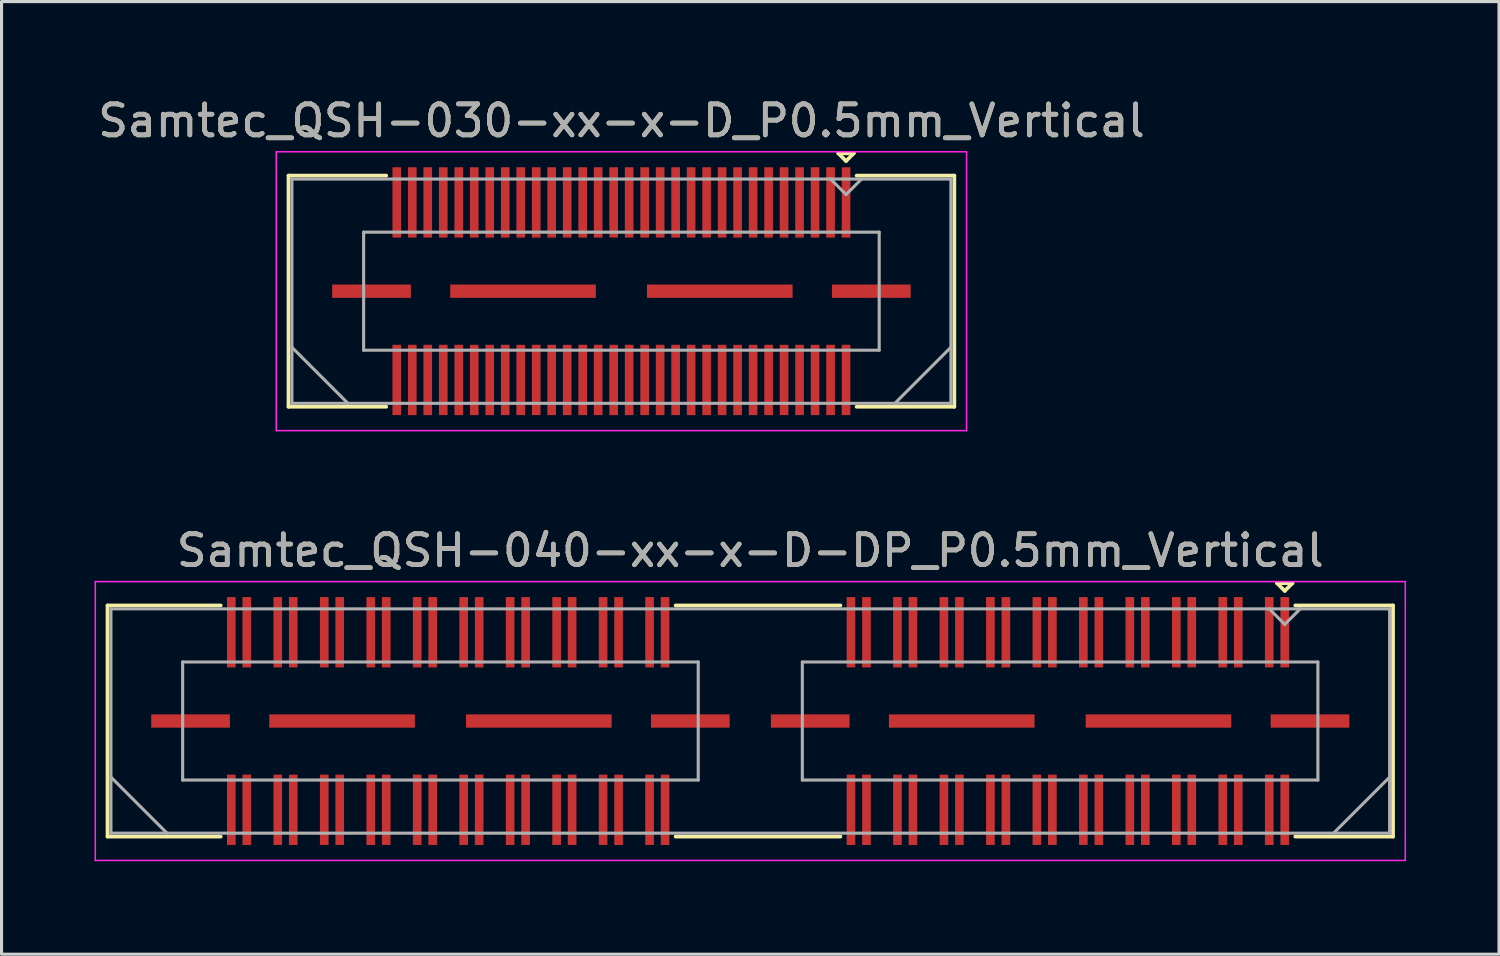
<source format=kicad_pcb>
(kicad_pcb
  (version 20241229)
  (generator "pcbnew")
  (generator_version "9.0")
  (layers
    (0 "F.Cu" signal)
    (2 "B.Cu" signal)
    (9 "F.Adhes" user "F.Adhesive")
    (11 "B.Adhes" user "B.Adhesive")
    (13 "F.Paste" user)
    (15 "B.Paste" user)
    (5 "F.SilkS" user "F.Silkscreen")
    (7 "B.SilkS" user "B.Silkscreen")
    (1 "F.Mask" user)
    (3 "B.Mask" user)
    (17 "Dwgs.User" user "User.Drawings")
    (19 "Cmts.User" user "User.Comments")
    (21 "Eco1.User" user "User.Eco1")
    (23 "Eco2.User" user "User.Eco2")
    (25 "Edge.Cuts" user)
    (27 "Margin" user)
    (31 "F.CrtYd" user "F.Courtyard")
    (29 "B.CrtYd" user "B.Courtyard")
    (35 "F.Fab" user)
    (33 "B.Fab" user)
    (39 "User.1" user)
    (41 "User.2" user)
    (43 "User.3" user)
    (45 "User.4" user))
  (footprint "Samtec_QSH-040-xx-x-D-DP_P0.5mm_Vertical"
    (layer "F.Cu")
    (at 21.165 20.221)
    (property "Reference" "Samtec_QSH-040-xx-x-D-DP_P0.5mm_Vertical" (at 0 -5.5 0) (layer "F.SilkS") (effects (font (size 1 1) (thickness 0.15))))
    (attr smd)
    (fp_line (start -20.745 -3.73) (end -17.09 -3.73) (stroke (width 0.12) (type solid)) (layer "F.SilkS"))
    (fp_line (start -20.745 3.73) (end -20.745 -3.73) (stroke (width 0.12) (type solid)) (layer "F.SilkS"))
    (fp_line (start -17.09 3.73) (end -20.745 3.73) (stroke (width 0.12) (type solid)) (layer "F.SilkS"))
    (fp_line (start 2.91 -3.73) (end -2.41 -3.73) (stroke (width 0.12) (type solid)) (layer "F.SilkS"))
    (fp_line (start 2.91 3.73) (end -2.41 3.73) (stroke (width 0.12) (type solid)) (layer "F.SilkS"))
    (fp_line (start 17 -4.45) (end 17.5 -4.45) (stroke (width 0.12) (type solid)) (layer "F.SilkS"))
    (fp_line (start 17.25 -4.2) (end 17 -4.45) (stroke (width 0.12) (type solid)) (layer "F.SilkS"))
    (fp_line (start 17.5 -4.45) (end 17.25 -4.2) (stroke (width 0.12) (type solid)) (layer "F.SilkS"))
    (fp_line (start 17.59 3.73) (end 20.745 3.73) (stroke (width 0.12) (type solid)) (layer "F.SilkS"))
    (fp_line (start 20.745 -3.73) (end 17.59 -3.73) (stroke (width 0.12) (type solid)) (layer "F.SilkS"))
    (fp_line (start 20.745 3.73) (end 20.745 -3.73) (stroke (width 0.12) (type solid)) (layer "F.SilkS"))
    (fp_line (start -21.14 -4.5) (end -21.14 4.5) (stroke (width 0.05) (type solid)) (layer "F.CrtYd"))
    (fp_line (start -21.14 4.5) (end 21.14 4.5) (stroke (width 0.05) (type solid)) (layer "F.CrtYd"))
    (fp_line (start 21.14 -4.5) (end -21.14 -4.5) (stroke (width 0.05) (type solid)) (layer "F.CrtYd"))
    (fp_line (start 21.14 4.5) (end 21.14 -4.5) (stroke (width 0.05) (type solid)) (layer "F.CrtYd"))
    (fp_line (start -20.635 -3.62) (end -20.635 3.62) (stroke (width 0.1) (type solid)) (layer "F.Fab"))
    (fp_line (start -20.635 1.81) (end -18.825 3.62) (stroke (width 0.1) (type solid)) (layer "F.Fab"))
    (fp_line (start -20.635 3.62) (end 20.635 3.62) (stroke (width 0.1) (type solid)) (layer "F.Fab"))
    (fp_line (start -18.32 -1.905) (end -18.32 1.905) (stroke (width 0.1) (type solid)) (layer "F.Fab"))
    (fp_line (start -18.32 1.905) (end -1.68 1.905) (stroke (width 0.1) (type solid)) (layer "F.Fab"))
    (fp_line (start -1.68 -1.905) (end -18.32 -1.905) (stroke (width 0.1) (type solid)) (layer "F.Fab"))
    (fp_line (start -1.68 1.905) (end -1.68 -1.905) (stroke (width 0.1) (type solid)) (layer "F.Fab"))
    (fp_line (start 1.68 -1.905) (end 1.68 1.905) (stroke (width 0.1) (type solid)) (layer "F.Fab"))
    (fp_line (start 1.68 1.905) (end 18.32 1.905) (stroke (width 0.1) (type solid)) (layer "F.Fab"))
    (fp_line (start 17.25 -3.12) (end 16.75 -3.62) (stroke (width 0.1) (type solid)) (layer "F.Fab"))
    (fp_line (start 17.75 -3.62) (end 17.25 -3.12) (stroke (width 0.1) (type solid)) (layer "F.Fab"))
    (fp_line (start 18.32 -1.905) (end 1.68 -1.905) (stroke (width 0.1) (type solid)) (layer "F.Fab"))
    (fp_line (start 18.32 1.905) (end 18.32 -1.905) (stroke (width 0.1) (type solid)) (layer "F.Fab"))
    (fp_line (start 20.635 -3.62) (end -20.635 -3.62) (stroke (width 0.1) (type solid)) (layer "F.Fab"))
    (fp_line (start 20.635 1.81) (end 18.825 3.62) (stroke (width 0.1) (type solid)) (layer "F.Fab"))
    (fp_line (start 20.635 3.62) (end 20.635 -3.62) (stroke (width 0.1) (type solid)) (layer "F.Fab"))
    (fp_text user "${REFERENCE}" (at 0 -5.5 0) (layer "F.Fab") (effects (font (size 1 1) (thickness 0.15))))
    (pad "1" smd rect (at 17.25 -2.865) (size 0.279 2.27) (layers "F.Cu" "F.Mask" "F.Paste"))
    (pad "2" smd rect (at 17.25 2.865) (size 0.279 2.27) (layers "F.Cu" "F.Mask" "F.Paste"))
    (pad "3" smd rect (at 16.75 -2.865) (size 0.279 2.27) (layers "F.Cu" "F.Mask" "F.Paste"))
    (pad "4" smd rect (at 16.75 2.865) (size 0.279 2.27) (layers "F.Cu" "F.Mask" "F.Paste"))
    (pad "5" smd rect (at 15.75 -2.865) (size 0.279 2.27) (layers "F.Cu" "F.Mask" "F.Paste"))
    (pad "6" smd rect (at 15.75 2.865) (size 0.279 2.27) (layers "F.Cu" "F.Mask" "F.Paste"))
    (pad "7" smd rect (at 15.25 -2.865) (size 0.279 2.27) (layers "F.Cu" "F.Mask" "F.Paste"))
    (pad "8" smd rect (at 15.25 2.865) (size 0.279 2.27) (layers "F.Cu" "F.Mask" "F.Paste"))
    (pad "9" smd rect (at 14.25 -2.865) (size 0.279 2.27) (layers "F.Cu" "F.Mask" "F.Paste"))
    (pad "10" smd rect (at 14.25 2.865) (size 0.279 2.27) (layers "F.Cu" "F.Mask" "F.Paste"))
    (pad "11" smd rect (at 13.75 -2.865) (size 0.279 2.27) (layers "F.Cu" "F.Mask" "F.Paste"))
    (pad "12" smd rect (at 13.75 2.865) (size 0.279 2.27) (layers "F.Cu" "F.Mask" "F.Paste"))
    (pad "13" smd rect (at 12.75 -2.865) (size 0.279 2.27) (layers "F.Cu" "F.Mask" "F.Paste"))
    (pad "14" smd rect (at 12.75 2.865) (size 0.279 2.27) (layers "F.Cu" "F.Mask" "F.Paste"))
    (pad "15" smd rect (at 12.25 -2.865) (size 0.279 2.27) (layers "F.Cu" "F.Mask" "F.Paste"))
    (pad "16" smd rect (at 12.25 2.865) (size 0.279 2.27) (layers "F.Cu" "F.Mask" "F.Paste"))
    (pad "17" smd rect (at 11.25 -2.865) (size 0.279 2.27) (layers "F.Cu" "F.Mask" "F.Paste"))
    (pad "18" smd rect (at 11.25 2.865) (size 0.279 2.27) (layers "F.Cu" "F.Mask" "F.Paste"))
    (pad "19" smd rect (at 10.75 -2.865) (size 0.279 2.27) (layers "F.Cu" "F.Mask" "F.Paste"))
    (pad "20" smd rect (at 10.75 2.865) (size 0.279 2.27) (layers "F.Cu" "F.Mask" "F.Paste"))
    (pad "21" smd rect (at 9.75 -2.865) (size 0.279 2.27) (layers "F.Cu" "F.Mask" "F.Paste"))
    (pad "22" smd rect (at 9.75 2.865) (size 0.279 2.27) (layers "F.Cu" "F.Mask" "F.Paste"))
    (pad "23" smd rect (at 9.25 -2.865) (size 0.279 2.27) (layers "F.Cu" "F.Mask" "F.Paste"))
    (pad "24" smd rect (at 9.25 2.865) (size 0.279 2.27) (layers "F.Cu" "F.Mask" "F.Paste"))
    (pad "25" smd rect (at 8.25 -2.865) (size 0.279 2.27) (layers "F.Cu" "F.Mask" "F.Paste"))
    (pad "26" smd rect (at 8.25 2.865) (size 0.279 2.27) (layers "F.Cu" "F.Mask" "F.Paste"))
    (pad "27" smd rect (at 7.75 -2.865) (size 0.279 2.27) (layers "F.Cu" "F.Mask" "F.Paste"))
    (pad "28" smd rect (at 7.75 2.865) (size 0.279 2.27) (layers "F.Cu" "F.Mask" "F.Paste"))
    (pad "29" smd rect (at 6.75 -2.865) (size 0.279 2.27) (layers "F.Cu" "F.Mask" "F.Paste"))
    (pad "30" smd rect (at 6.75 2.865) (size 0.279 2.27) (layers "F.Cu" "F.Mask" "F.Paste"))
    (pad "31" smd rect (at 6.25 -2.865) (size 0.279 2.27) (layers "F.Cu" "F.Mask" "F.Paste"))
    (pad "32" smd rect (at 6.25 2.865) (size 0.279 2.27) (layers "F.Cu" "F.Mask" "F.Paste"))
    (pad "33" smd rect (at 5.25 -2.865) (size 0.279 2.27) (layers "F.Cu" "F.Mask" "F.Paste"))
    (pad "34" smd rect (at 5.25 2.865) (size 0.279 2.27) (layers "F.Cu" "F.Mask" "F.Paste"))
    (pad "35" smd rect (at 4.75 -2.865) (size 0.279 2.27) (layers "F.Cu" "F.Mask" "F.Paste"))
    (pad "36" smd rect (at 4.75 2.865) (size 0.279 2.27) (layers "F.Cu" "F.Mask" "F.Paste"))
    (pad "37" smd rect (at 3.75 -2.865) (size 0.279 2.27) (layers "F.Cu" "F.Mask" "F.Paste"))
    (pad "38" smd rect (at 3.75 2.865) (size 0.279 2.27) (layers "F.Cu" "F.Mask" "F.Paste"))
    (pad "39" smd rect (at 3.25 -2.865) (size 0.279 2.27) (layers "F.Cu" "F.Mask" "F.Paste"))
    (pad "40" smd rect (at 3.25 2.865) (size 0.279 2.27) (layers "F.Cu" "F.Mask" "F.Paste"))
    (pad "41" smd rect (at -2.75 -2.865) (size 0.279 2.27) (layers "F.Cu" "F.Mask" "F.Paste"))
    (pad "42" smd rect (at -2.75 2.865) (size 0.279 2.27) (layers "F.Cu" "F.Mask" "F.Paste"))
    (pad "43" smd rect (at -3.25 -2.865) (size 0.279 2.27) (layers "F.Cu" "F.Mask" "F.Paste"))
    (pad "44" smd rect (at -3.25 2.865) (size 0.279 2.27) (layers "F.Cu" "F.Mask" "F.Paste"))
    (pad "45" smd rect (at -4.25 -2.865) (size 0.279 2.27) (layers "F.Cu" "F.Mask" "F.Paste"))
    (pad "46" smd rect (at -4.25 2.865) (size 0.279 2.27) (layers "F.Cu" "F.Mask" "F.Paste"))
    (pad "47" smd rect (at -4.75 -2.865) (size 0.279 2.27) (layers "F.Cu" "F.Mask" "F.Paste"))
    (pad "48" smd rect (at -4.75 2.865) (size 0.279 2.27) (layers "F.Cu" "F.Mask" "F.Paste"))
    (pad "49" smd rect (at -5.75 -2.865) (size 0.279 2.27) (layers "F.Cu" "F.Mask" "F.Paste"))
    (pad "50" smd rect (at -5.75 2.865) (size 0.279 2.27) (layers "F.Cu" "F.Mask" "F.Paste"))
    (pad "51" smd rect (at -6.25 -2.865) (size 0.279 2.27) (layers "F.Cu" "F.Mask" "F.Paste"))
    (pad "52" smd rect (at -6.25 2.865) (size 0.279 2.27) (layers "F.Cu" "F.Mask" "F.Paste"))
    (pad "53" smd rect (at -7.25 -2.865) (size 0.279 2.27) (layers "F.Cu" "F.Mask" "F.Paste"))
    (pad "54" smd rect (at -7.25 2.865) (size 0.279 2.27) (layers "F.Cu" "F.Mask" "F.Paste"))
    (pad "55" smd rect (at -7.75 -2.865) (size 0.279 2.27) (layers "F.Cu" "F.Mask" "F.Paste"))
    (pad "56" smd rect (at -7.75 2.865) (size 0.279 2.27) (layers "F.Cu" "F.Mask" "F.Paste"))
    (pad "57" smd rect (at -8.75 -2.865) (size 0.279 2.27) (layers "F.Cu" "F.Mask" "F.Paste"))
    (pad "58" smd rect (at -8.75 2.865) (size 0.279 2.27) (layers "F.Cu" "F.Mask" "F.Paste"))
    (pad "59" smd rect (at -9.25 -2.865) (size 0.279 2.27) (layers "F.Cu" "F.Mask" "F.Paste"))
    (pad "60" smd rect (at -9.25 2.865) (size 0.279 2.27) (layers "F.Cu" "F.Mask" "F.Paste"))
    (pad "61" smd rect (at -10.25 -2.865) (size 0.279 2.27) (layers "F.Cu" "F.Mask" "F.Paste"))
    (pad "62" smd rect (at -10.25 2.865) (size 0.279 2.27) (layers "F.Cu" "F.Mask" "F.Paste"))
    (pad "63" smd rect (at -10.75 -2.865) (size 0.279 2.27) (layers "F.Cu" "F.Mask" "F.Paste"))
    (pad "64" smd rect (at -10.75 2.865) (size 0.279 2.27) (layers "F.Cu" "F.Mask" "F.Paste"))
    (pad "65" smd rect (at -11.75 -2.865) (size 0.279 2.27) (layers "F.Cu" "F.Mask" "F.Paste"))
    (pad "66" smd rect (at -11.75 2.865) (size 0.279 2.27) (layers "F.Cu" "F.Mask" "F.Paste"))
    (pad "67" smd rect (at -12.25 -2.865) (size 0.279 2.27) (layers "F.Cu" "F.Mask" "F.Paste"))
    (pad "68" smd rect (at -12.25 2.865) (size 0.279 2.27) (layers "F.Cu" "F.Mask" "F.Paste"))
    (pad "69" smd rect (at -13.25 -2.865) (size 0.279 2.27) (layers "F.Cu" "F.Mask" "F.Paste"))
    (pad "70" smd rect (at -13.25 2.865) (size 0.279 2.27) (layers "F.Cu" "F.Mask" "F.Paste"))
    (pad "71" smd rect (at -13.75 -2.865) (size 0.279 2.27) (layers "F.Cu" "F.Mask" "F.Paste"))
    (pad "72" smd rect (at -13.75 2.865) (size 0.279 2.27) (layers "F.Cu" "F.Mask" "F.Paste"))
    (pad "73" smd rect (at -14.75 -2.865) (size 0.279 2.27) (layers "F.Cu" "F.Mask" "F.Paste"))
    (pad "74" smd rect (at -14.75 2.865) (size 0.279 2.27) (layers "F.Cu" "F.Mask" "F.Paste"))
    (pad "75" smd rect (at -15.25 -2.865) (size 0.279 2.27) (layers "F.Cu" "F.Mask" "F.Paste"))
    (pad "76" smd rect (at -15.25 2.865) (size 0.279 2.27) (layers "F.Cu" "F.Mask" "F.Paste"))
    (pad "77" smd rect (at -16.25 -2.865) (size 0.279 2.27) (layers "F.Cu" "F.Mask" "F.Paste"))
    (pad "78" smd rect (at -16.25 2.865) (size 0.279 2.27) (layers "F.Cu" "F.Mask" "F.Paste"))
    (pad "79" smd rect (at -16.75 -2.865) (size 0.279 2.27) (layers "F.Cu" "F.Mask" "F.Paste"))
    (pad "80" smd rect (at -16.75 2.865) (size 0.279 2.27) (layers "F.Cu" "F.Mask" "F.Paste"))
    (pad "P1" smd rect (at 1.935 0) (size 2.54 0.43) (layers "F.Cu" "F.Mask" "F.Paste"))
    (pad "P1" smd rect (at 6.825 0) (size 4.7 0.43) (layers "F.Cu" "F.Mask" "F.Paste"))
    (pad "P1" smd rect (at 13.175 0) (size 4.7 0.43) (layers "F.Cu" "F.Mask" "F.Paste"))
    (pad "P1" smd rect (at 18.065 0) (size 2.54 0.43) (layers "F.Cu" "F.Mask" "F.Paste"))
    (pad "P2" smd rect (at -18.065 0) (size 2.54 0.43) (layers "F.Cu" "F.Mask" "F.Paste"))
    (pad "P2" smd rect (at -13.175 0) (size 4.7 0.43) (layers "F.Cu" "F.Mask" "F.Paste"))
    (pad "P2" smd rect (at -6.825 0) (size 4.7 0.43) (layers "F.Cu" "F.Mask" "F.Paste"))
    (pad "P2" smd rect (at -1.935 0) (size 2.54 0.43) (layers "F.Cu" "F.Mask" "F.Paste")))
  (footprint "Samtec_QSH-030-xx-x-D_P0.5mm_Vertical"
    (layer "F.Cu")
    (at 17.006 6.348)
    (property "Reference" "Samtec_QSH-030-xx-x-D_P0.5mm_Vertical" (at 0 -5.5 0) (layer "F.SilkS") (effects (font (size 1 1) (thickness 0.15))))
    (attr smd)
    (fp_line (start -10.745 -3.73) (end -7.59 -3.73) (stroke (width 0.12) (type solid)) (layer "F.SilkS"))
    (fp_line (start -10.745 3.73) (end -10.745 -3.73) (stroke (width 0.12) (type solid)) (layer "F.SilkS"))
    (fp_line (start -7.59 3.73) (end -10.745 3.73) (stroke (width 0.12) (type solid)) (layer "F.SilkS"))
    (fp_line (start 7 -4.45) (end 7.5 -4.45) (stroke (width 0.12) (type solid)) (layer "F.SilkS"))
    (fp_line (start 7.25 -4.2) (end 7 -4.45) (stroke (width 0.12) (type solid)) (layer "F.SilkS"))
    (fp_line (start 7.5 -4.45) (end 7.25 -4.2) (stroke (width 0.12) (type solid)) (layer "F.SilkS"))
    (fp_line (start 7.59 3.73) (end 10.745 3.73) (stroke (width 0.12) (type solid)) (layer "F.SilkS"))
    (fp_line (start 10.745 -3.73) (end 7.59 -3.73) (stroke (width 0.12) (type solid)) (layer "F.SilkS"))
    (fp_line (start 10.745 3.73) (end 10.745 -3.73) (stroke (width 0.12) (type solid)) (layer "F.SilkS"))
    (fp_line (start -11.14 -4.5) (end -11.14 4.5) (stroke (width 0.05) (type solid)) (layer "F.CrtYd"))
    (fp_line (start -11.14 4.5) (end 11.14 4.5) (stroke (width 0.05) (type solid)) (layer "F.CrtYd"))
    (fp_line (start 11.14 -4.5) (end -11.14 -4.5) (stroke (width 0.05) (type solid)) (layer "F.CrtYd"))
    (fp_line (start 11.14 4.5) (end 11.14 -4.5) (stroke (width 0.05) (type solid)) (layer "F.CrtYd"))
    (fp_line (start -10.635 -3.62) (end -10.635 3.62) (stroke (width 0.1) (type solid)) (layer "F.Fab"))
    (fp_line (start -10.635 1.81) (end -8.825 3.62) (stroke (width 0.1) (type solid)) (layer "F.Fab"))
    (fp_line (start -10.635 3.62) (end 10.635 3.62) (stroke (width 0.1) (type solid)) (layer "F.Fab"))
    (fp_line (start -8.32 -1.905) (end -8.32 1.905) (stroke (width 0.1) (type solid)) (layer "F.Fab"))
    (fp_line (start -8.32 1.905) (end 8.32 1.905) (stroke (width 0.1) (type solid)) (layer "F.Fab"))
    (fp_line (start 7.25 -3.12) (end 6.75 -3.62) (stroke (width 0.1) (type solid)) (layer "F.Fab"))
    (fp_line (start 7.75 -3.62) (end 7.25 -3.12) (stroke (width 0.1) (type solid)) (layer "F.Fab"))
    (fp_line (start 8.32 -1.905) (end -8.32 -1.905) (stroke (width 0.1) (type solid)) (layer "F.Fab"))
    (fp_line (start 8.32 1.905) (end 8.32 -1.905) (stroke (width 0.1) (type solid)) (layer "F.Fab"))
    (fp_line (start 10.635 -3.62) (end -10.635 -3.62) (stroke (width 0.1) (type solid)) (layer "F.Fab"))
    (fp_line (start 10.635 1.81) (end 8.825 3.62) (stroke (width 0.1) (type solid)) (layer "F.Fab"))
    (fp_line (start 10.635 3.62) (end 10.635 -3.62) (stroke (width 0.1) (type solid)) (layer "F.Fab"))
    (fp_text user "${REFERENCE}" (at 0 -5.5 0) (layer "F.Fab") (effects (font (size 1 1) (thickness 0.15))))
    (pad "1" smd rect (at 7.25 -2.865) (size 0.279 2.27) (layers "F.Cu" "F.Mask" "F.Paste"))
    (pad "2" smd rect (at 7.25 2.865) (size 0.279 2.27) (layers "F.Cu" "F.Mask" "F.Paste"))
    (pad "3" smd rect (at 6.75 -2.865) (size 0.279 2.27) (layers "F.Cu" "F.Mask" "F.Paste"))
    (pad "4" smd rect (at 6.75 2.865) (size 0.279 2.27) (layers "F.Cu" "F.Mask" "F.Paste"))
    (pad "5" smd rect (at 6.25 -2.865) (size 0.279 2.27) (layers "F.Cu" "F.Mask" "F.Paste"))
    (pad "6" smd rect (at 6.25 2.865) (size 0.279 2.27) (layers "F.Cu" "F.Mask" "F.Paste"))
    (pad "7" smd rect (at 5.75 -2.865) (size 0.279 2.27) (layers "F.Cu" "F.Mask" "F.Paste"))
    (pad "8" smd rect (at 5.75 2.865) (size 0.279 2.27) (layers "F.Cu" "F.Mask" "F.Paste"))
    (pad "9" smd rect (at 5.25 -2.865) (size 0.279 2.27) (layers "F.Cu" "F.Mask" "F.Paste"))
    (pad "10" smd rect (at 5.25 2.865) (size 0.279 2.27) (layers "F.Cu" "F.Mask" "F.Paste"))
    (pad "11" smd rect (at 4.75 -2.865) (size 0.279 2.27) (layers "F.Cu" "F.Mask" "F.Paste"))
    (pad "12" smd rect (at 4.75 2.865) (size 0.279 2.27) (layers "F.Cu" "F.Mask" "F.Paste"))
    (pad "13" smd rect (at 4.25 -2.865) (size 0.279 2.27) (layers "F.Cu" "F.Mask" "F.Paste"))
    (pad "14" smd rect (at 4.25 2.865) (size 0.279 2.27) (layers "F.Cu" "F.Mask" "F.Paste"))
    (pad "15" smd rect (at 3.75 -2.865) (size 0.279 2.27) (layers "F.Cu" "F.Mask" "F.Paste"))
    (pad "16" smd rect (at 3.75 2.865) (size 0.279 2.27) (layers "F.Cu" "F.Mask" "F.Paste"))
    (pad "17" smd rect (at 3.25 -2.865) (size 0.279 2.27) (layers "F.Cu" "F.Mask" "F.Paste"))
    (pad "18" smd rect (at 3.25 2.865) (size 0.279 2.27) (layers "F.Cu" "F.Mask" "F.Paste"))
    (pad "19" smd rect (at 2.75 -2.865) (size 0.279 2.27) (layers "F.Cu" "F.Mask" "F.Paste"))
    (pad "20" smd rect (at 2.75 2.865) (size 0.279 2.27) (layers "F.Cu" "F.Mask" "F.Paste"))
    (pad "21" smd rect (at 2.25 -2.865) (size 0.279 2.27) (layers "F.Cu" "F.Mask" "F.Paste"))
    (pad "22" smd rect (at 2.25 2.865) (size 0.279 2.27) (layers "F.Cu" "F.Mask" "F.Paste"))
    (pad "23" smd rect (at 1.75 -2.865) (size 0.279 2.27) (layers "F.Cu" "F.Mask" "F.Paste"))
    (pad "24" smd rect (at 1.75 2.865) (size 0.279 2.27) (layers "F.Cu" "F.Mask" "F.Paste"))
    (pad "25" smd rect (at 1.25 -2.865) (size 0.279 2.27) (layers "F.Cu" "F.Mask" "F.Paste"))
    (pad "26" smd rect (at 1.25 2.865) (size 0.279 2.27) (layers "F.Cu" "F.Mask" "F.Paste"))
    (pad "27" smd rect (at 0.75 -2.865) (size 0.279 2.27) (layers "F.Cu" "F.Mask" "F.Paste"))
    (pad "28" smd rect (at 0.75 2.865) (size 0.279 2.27) (layers "F.Cu" "F.Mask" "F.Paste"))
    (pad "29" smd rect (at 0.25 -2.865) (size 0.279 2.27) (layers "F.Cu" "F.Mask" "F.Paste"))
    (pad "30" smd rect (at 0.25 2.865) (size 0.279 2.27) (layers "F.Cu" "F.Mask" "F.Paste"))
    (pad "31" smd rect (at -0.25 -2.865) (size 0.279 2.27) (layers "F.Cu" "F.Mask" "F.Paste"))
    (pad "32" smd rect (at -0.25 2.865) (size 0.279 2.27) (layers "F.Cu" "F.Mask" "F.Paste"))
    (pad "33" smd rect (at -0.75 -2.865) (size 0.279 2.27) (layers "F.Cu" "F.Mask" "F.Paste"))
    (pad "34" smd rect (at -0.75 2.865) (size 0.279 2.27) (layers "F.Cu" "F.Mask" "F.Paste"))
    (pad "35" smd rect (at -1.25 -2.865) (size 0.279 2.27) (layers "F.Cu" "F.Mask" "F.Paste"))
    (pad "36" smd rect (at -1.25 2.865) (size 0.279 2.27) (layers "F.Cu" "F.Mask" "F.Paste"))
    (pad "37" smd rect (at -1.75 -2.865) (size 0.279 2.27) (layers "F.Cu" "F.Mask" "F.Paste"))
    (pad "38" smd rect (at -1.75 2.865) (size 0.279 2.27) (layers "F.Cu" "F.Mask" "F.Paste"))
    (pad "39" smd rect (at -2.25 -2.865) (size 0.279 2.27) (layers "F.Cu" "F.Mask" "F.Paste"))
    (pad "40" smd rect (at -2.25 2.865) (size 0.279 2.27) (layers "F.Cu" "F.Mask" "F.Paste"))
    (pad "41" smd rect (at -2.75 -2.865) (size 0.279 2.27) (layers "F.Cu" "F.Mask" "F.Paste"))
    (pad "42" smd rect (at -2.75 2.865) (size 0.279 2.27) (layers "F.Cu" "F.Mask" "F.Paste"))
    (pad "43" smd rect (at -3.25 -2.865) (size 0.279 2.27) (layers "F.Cu" "F.Mask" "F.Paste"))
    (pad "44" smd rect (at -3.25 2.865) (size 0.279 2.27) (layers "F.Cu" "F.Mask" "F.Paste"))
    (pad "45" smd rect (at -3.75 -2.865) (size 0.279 2.27) (layers "F.Cu" "F.Mask" "F.Paste"))
    (pad "46" smd rect (at -3.75 2.865) (size 0.279 2.27) (layers "F.Cu" "F.Mask" "F.Paste"))
    (pad "47" smd rect (at -4.25 -2.865) (size 0.279 2.27) (layers "F.Cu" "F.Mask" "F.Paste"))
    (pad "48" smd rect (at -4.25 2.865) (size 0.279 2.27) (layers "F.Cu" "F.Mask" "F.Paste"))
    (pad "49" smd rect (at -4.75 -2.865) (size 0.279 2.27) (layers "F.Cu" "F.Mask" "F.Paste"))
    (pad "50" smd rect (at -4.75 2.865) (size 0.279 2.27) (layers "F.Cu" "F.Mask" "F.Paste"))
    (pad "51" smd rect (at -5.25 -2.865) (size 0.279 2.27) (layers "F.Cu" "F.Mask" "F.Paste"))
    (pad "52" smd rect (at -5.25 2.865) (size 0.279 2.27) (layers "F.Cu" "F.Mask" "F.Paste"))
    (pad "53" smd rect (at -5.75 -2.865) (size 0.279 2.27) (layers "F.Cu" "F.Mask" "F.Paste"))
    (pad "54" smd rect (at -5.75 2.865) (size 0.279 2.27) (layers "F.Cu" "F.Mask" "F.Paste"))
    (pad "55" smd rect (at -6.25 -2.865) (size 0.279 2.27) (layers "F.Cu" "F.Mask" "F.Paste"))
    (pad "56" smd rect (at -6.25 2.865) (size 0.279 2.27) (layers "F.Cu" "F.Mask" "F.Paste"))
    (pad "57" smd rect (at -6.75 -2.865) (size 0.279 2.27) (layers "F.Cu" "F.Mask" "F.Paste"))
    (pad "58" smd rect (at -6.75 2.865) (size 0.279 2.27) (layers "F.Cu" "F.Mask" "F.Paste"))
    (pad "59" smd rect (at -7.25 -2.865) (size 0.279 2.27) (layers "F.Cu" "F.Mask" "F.Paste"))
    (pad "60" smd rect (at -7.25 2.865) (size 0.279 2.27) (layers "F.Cu" "F.Mask" "F.Paste"))
    (pad "P1" smd rect (at -8.065 0) (size 2.54 0.43) (layers "F.Cu" "F.Mask" "F.Paste"))
    (pad "P1" smd rect (at -3.175 0) (size 4.7 0.43) (layers "F.Cu" "F.Mask" "F.Paste"))
    (pad "P1" smd rect (at 3.175 0) (size 4.7 0.43) (layers "F.Cu" "F.Mask" "F.Paste"))
    (pad "P1" smd rect (at 8.065 0) (size 2.54 0.43) (layers "F.Cu" "F.Mask" "F.Paste")))
  (gr_rect
    (start -3 -3)
    (end 45.33 27.747)
    (stroke (width 0.1) (type default))
    (fill no)
    (layer "Edge.Cuts")))
</source>
